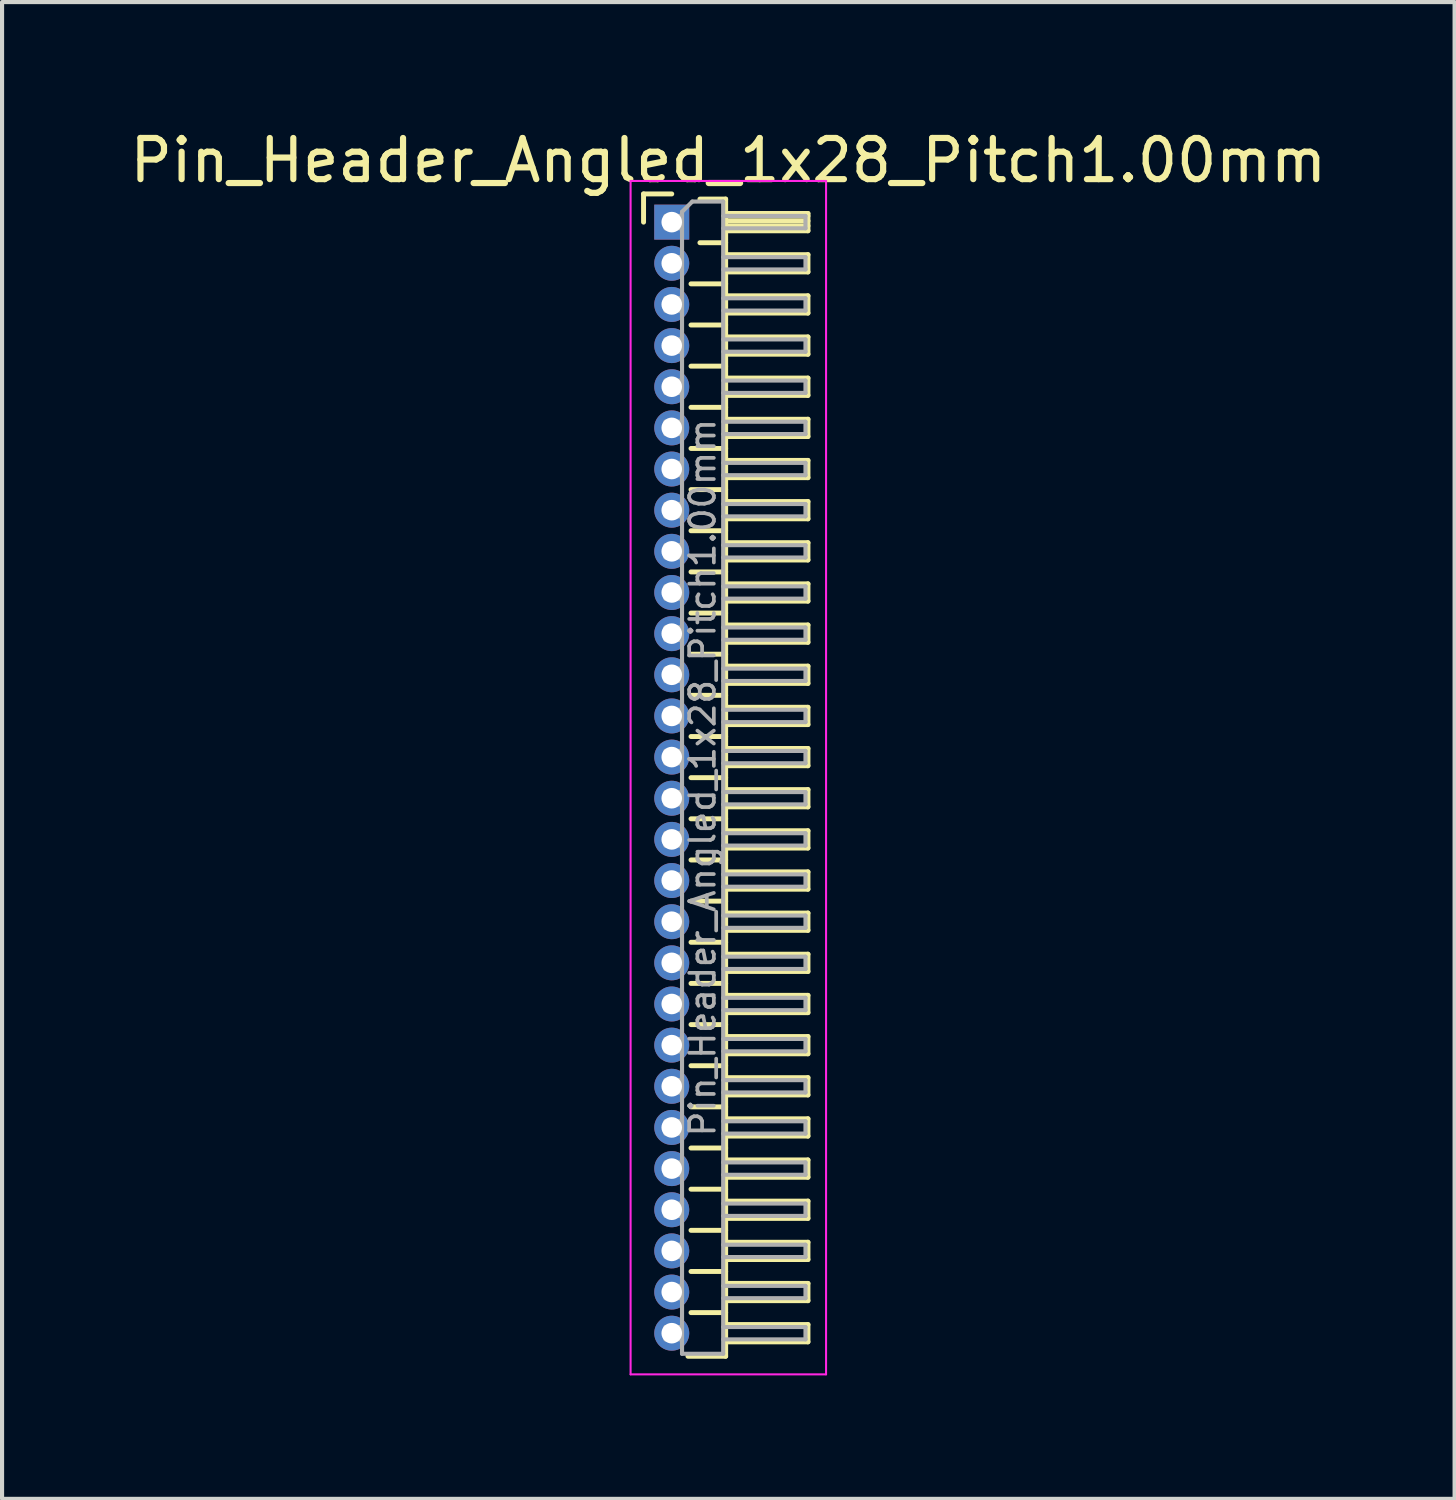
<source format=kicad_pcb>
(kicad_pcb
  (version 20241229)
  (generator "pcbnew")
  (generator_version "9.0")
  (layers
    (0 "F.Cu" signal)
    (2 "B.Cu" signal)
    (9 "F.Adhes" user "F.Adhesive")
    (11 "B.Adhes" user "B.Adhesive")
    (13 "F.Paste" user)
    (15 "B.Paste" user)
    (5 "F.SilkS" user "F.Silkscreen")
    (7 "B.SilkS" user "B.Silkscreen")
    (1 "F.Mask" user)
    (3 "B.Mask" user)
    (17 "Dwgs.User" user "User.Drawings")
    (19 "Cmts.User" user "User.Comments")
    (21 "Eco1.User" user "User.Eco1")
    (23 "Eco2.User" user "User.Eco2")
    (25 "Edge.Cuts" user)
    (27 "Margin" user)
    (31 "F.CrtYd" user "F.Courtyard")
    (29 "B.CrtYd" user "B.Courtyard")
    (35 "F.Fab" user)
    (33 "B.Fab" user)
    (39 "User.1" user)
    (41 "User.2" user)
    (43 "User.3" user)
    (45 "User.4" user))
  (footprint "Pin_Header_Angled_1x28_Pitch1.00mm"
    (layer "F.Cu")
    (at 13.274 2.348)
    (property "Reference" "Pin_Header_Angled_1x28_Pitch1.00mm" (at 1.375 -1.5 0) (layer "F.SilkS") (effects (font (size 1 1) (thickness 0.15))))
    (attr through_hole)
    (fp_line (start -0.685 -0.685) (end 0 -0.685) (stroke (width 0.12) (type solid)) (layer "F.SilkS"))
    (fp_line (start -0.685 0) (end -0.685 -0.685) (stroke (width 0.12) (type solid)) (layer "F.SilkS"))
    (fp_line (start 0.468 1.5) (end 1.31 1.5) (stroke (width 0.12) (type solid)) (layer "F.SilkS"))
    (fp_line (start 0.468 2.5) (end 1.31 2.5) (stroke (width 0.12) (type solid)) (layer "F.SilkS"))
    (fp_line (start 0.468 3.5) (end 1.31 3.5) (stroke (width 0.12) (type solid)) (layer "F.SilkS"))
    (fp_line (start 0.468 4.5) (end 1.31 4.5) (stroke (width 0.12) (type solid)) (layer "F.SilkS"))
    (fp_line (start 0.468 5.5) (end 1.31 5.5) (stroke (width 0.12) (type solid)) (layer "F.SilkS"))
    (fp_line (start 0.468 6.5) (end 1.31 6.5) (stroke (width 0.12) (type solid)) (layer "F.SilkS"))
    (fp_line (start 0.468 7.5) (end 1.31 7.5) (stroke (width 0.12) (type solid)) (layer "F.SilkS"))
    (fp_line (start 0.468 8.5) (end 1.31 8.5) (stroke (width 0.12) (type solid)) (layer "F.SilkS"))
    (fp_line (start 0.468 9.5) (end 1.31 9.5) (stroke (width 0.12) (type solid)) (layer "F.SilkS"))
    (fp_line (start 0.468 10.5) (end 1.31 10.5) (stroke (width 0.12) (type solid)) (layer "F.SilkS"))
    (fp_line (start 0.468 11.5) (end 1.31 11.5) (stroke (width 0.12) (type solid)) (layer "F.SilkS"))
    (fp_line (start 0.468 12.5) (end 1.31 12.5) (stroke (width 0.12) (type solid)) (layer "F.SilkS"))
    (fp_line (start 0.468 13.5) (end 1.31 13.5) (stroke (width 0.12) (type solid)) (layer "F.SilkS"))
    (fp_line (start 0.468 14.5) (end 1.31 14.5) (stroke (width 0.12) (type solid)) (layer "F.SilkS"))
    (fp_line (start 0.468 15.5) (end 1.31 15.5) (stroke (width 0.12) (type solid)) (layer "F.SilkS"))
    (fp_line (start 0.468 16.5) (end 1.31 16.5) (stroke (width 0.12) (type solid)) (layer "F.SilkS"))
    (fp_line (start 0.468 17.5) (end 1.31 17.5) (stroke (width 0.12) (type solid)) (layer "F.SilkS"))
    (fp_line (start 0.468 18.5) (end 1.31 18.5) (stroke (width 0.12) (type solid)) (layer "F.SilkS"))
    (fp_line (start 0.468 19.5) (end 1.31 19.5) (stroke (width 0.12) (type solid)) (layer "F.SilkS"))
    (fp_line (start 0.468 20.5) (end 1.31 20.5) (stroke (width 0.12) (type solid)) (layer "F.SilkS"))
    (fp_line (start 0.468 21.5) (end 1.31 21.5) (stroke (width 0.12) (type solid)) (layer "F.SilkS"))
    (fp_line (start 0.468 22.5) (end 1.31 22.5) (stroke (width 0.12) (type solid)) (layer "F.SilkS"))
    (fp_line (start 0.468 23.5) (end 1.31 23.5) (stroke (width 0.12) (type solid)) (layer "F.SilkS"))
    (fp_line (start 0.468 24.5) (end 1.31 24.5) (stroke (width 0.12) (type solid)) (layer "F.SilkS"))
    (fp_line (start 0.468 25.5) (end 1.31 25.5) (stroke (width 0.12) (type solid)) (layer "F.SilkS"))
    (fp_line (start 0.468 26.5) (end 1.31 26.5) (stroke (width 0.12) (type solid)) (layer "F.SilkS"))
    (fp_line (start 0.685 -0.56) (end 1.31 -0.56) (stroke (width 0.12) (type solid)) (layer "F.SilkS"))
    (fp_line (start 0.685 0.5) (end 1.31 0.5) (stroke (width 0.12) (type solid)) (layer "F.SilkS"))
    (fp_line (start 1.31 -0.56) (end 1.31 27.56) (stroke (width 0.12) (type solid)) (layer "F.SilkS"))
    (fp_line (start 1.31 -0.21) (end 3.31 -0.21) (stroke (width 0.12) (type solid)) (layer "F.SilkS"))
    (fp_line (start 1.31 -0.15) (end 3.31 -0.15) (stroke (width 0.12) (type solid)) (layer "F.SilkS"))
    (fp_line (start 1.31 -0.03) (end 3.31 -0.03) (stroke (width 0.12) (type solid)) (layer "F.SilkS"))
    (fp_line (start 1.31 0.09) (end 3.31 0.09) (stroke (width 0.12) (type solid)) (layer "F.SilkS"))
    (fp_line (start 1.31 0.79) (end 3.31 0.79) (stroke (width 0.12) (type solid)) (layer "F.SilkS"))
    (fp_line (start 1.31 1.79) (end 3.31 1.79) (stroke (width 0.12) (type solid)) (layer "F.SilkS"))
    (fp_line (start 1.31 2.79) (end 3.31 2.79) (stroke (width 0.12) (type solid)) (layer "F.SilkS"))
    (fp_line (start 1.31 3.79) (end 3.31 3.79) (stroke (width 0.12) (type solid)) (layer "F.SilkS"))
    (fp_line (start 1.31 4.79) (end 3.31 4.79) (stroke (width 0.12) (type solid)) (layer "F.SilkS"))
    (fp_line (start 1.31 5.79) (end 3.31 5.79) (stroke (width 0.12) (type solid)) (layer "F.SilkS"))
    (fp_line (start 1.31 6.79) (end 3.31 6.79) (stroke (width 0.12) (type solid)) (layer "F.SilkS"))
    (fp_line (start 1.31 7.79) (end 3.31 7.79) (stroke (width 0.12) (type solid)) (layer "F.SilkS"))
    (fp_line (start 1.31 8.79) (end 3.31 8.79) (stroke (width 0.12) (type solid)) (layer "F.SilkS"))
    (fp_line (start 1.31 9.79) (end 3.31 9.79) (stroke (width 0.12) (type solid)) (layer "F.SilkS"))
    (fp_line (start 1.31 10.79) (end 3.31 10.79) (stroke (width 0.12) (type solid)) (layer "F.SilkS"))
    (fp_line (start 1.31 11.79) (end 3.31 11.79) (stroke (width 0.12) (type solid)) (layer "F.SilkS"))
    (fp_line (start 1.31 12.79) (end 3.31 12.79) (stroke (width 0.12) (type solid)) (layer "F.SilkS"))
    (fp_line (start 1.31 13.79) (end 3.31 13.79) (stroke (width 0.12) (type solid)) (layer "F.SilkS"))
    (fp_line (start 1.31 14.79) (end 3.31 14.79) (stroke (width 0.12) (type solid)) (layer "F.SilkS"))
    (fp_line (start 1.31 15.79) (end 3.31 15.79) (stroke (width 0.12) (type solid)) (layer "F.SilkS"))
    (fp_line (start 1.31 16.79) (end 3.31 16.79) (stroke (width 0.12) (type solid)) (layer "F.SilkS"))
    (fp_line (start 1.31 17.79) (end 3.31 17.79) (stroke (width 0.12) (type solid)) (layer "F.SilkS"))
    (fp_line (start 1.31 18.79) (end 3.31 18.79) (stroke (width 0.12) (type solid)) (layer "F.SilkS"))
    (fp_line (start 1.31 19.79) (end 3.31 19.79) (stroke (width 0.12) (type solid)) (layer "F.SilkS"))
    (fp_line (start 1.31 20.79) (end 3.31 20.79) (stroke (width 0.12) (type solid)) (layer "F.SilkS"))
    (fp_line (start 1.31 21.79) (end 3.31 21.79) (stroke (width 0.12) (type solid)) (layer "F.SilkS"))
    (fp_line (start 1.31 22.79) (end 3.31 22.79) (stroke (width 0.12) (type solid)) (layer "F.SilkS"))
    (fp_line (start 1.31 23.79) (end 3.31 23.79) (stroke (width 0.12) (type solid)) (layer "F.SilkS"))
    (fp_line (start 1.31 24.79) (end 3.31 24.79) (stroke (width 0.12) (type solid)) (layer "F.SilkS"))
    (fp_line (start 1.31 25.79) (end 3.31 25.79) (stroke (width 0.12) (type solid)) (layer "F.SilkS"))
    (fp_line (start 1.31 26.79) (end 3.31 26.79) (stroke (width 0.12) (type solid)) (layer "F.SilkS"))
    (fp_line (start 1.31 27.56) (end 0.394 27.56) (stroke (width 0.12) (type solid)) (layer "F.SilkS"))
    (fp_line (start 3.31 -0.21) (end 3.31 0.21) (stroke (width 0.12) (type solid)) (layer "F.SilkS"))
    (fp_line (start 3.31 0.21) (end 1.31 0.21) (stroke (width 0.12) (type solid)) (layer "F.SilkS"))
    (fp_line (start 3.31 0.79) (end 3.31 1.21) (stroke (width 0.12) (type solid)) (layer "F.SilkS"))
    (fp_line (start 3.31 1.21) (end 1.31 1.21) (stroke (width 0.12) (type solid)) (layer "F.SilkS"))
    (fp_line (start 3.31 1.79) (end 3.31 2.21) (stroke (width 0.12) (type solid)) (layer "F.SilkS"))
    (fp_line (start 3.31 2.21) (end 1.31 2.21) (stroke (width 0.12) (type solid)) (layer "F.SilkS"))
    (fp_line (start 3.31 2.79) (end 3.31 3.21) (stroke (width 0.12) (type solid)) (layer "F.SilkS"))
    (fp_line (start 3.31 3.21) (end 1.31 3.21) (stroke (width 0.12) (type solid)) (layer "F.SilkS"))
    (fp_line (start 3.31 3.79) (end 3.31 4.21) (stroke (width 0.12) (type solid)) (layer "F.SilkS"))
    (fp_line (start 3.31 4.21) (end 1.31 4.21) (stroke (width 0.12) (type solid)) (layer "F.SilkS"))
    (fp_line (start 3.31 4.79) (end 3.31 5.21) (stroke (width 0.12) (type solid)) (layer "F.SilkS"))
    (fp_line (start 3.31 5.21) (end 1.31 5.21) (stroke (width 0.12) (type solid)) (layer "F.SilkS"))
    (fp_line (start 3.31 5.79) (end 3.31 6.21) (stroke (width 0.12) (type solid)) (layer "F.SilkS"))
    (fp_line (start 3.31 6.21) (end 1.31 6.21) (stroke (width 0.12) (type solid)) (layer "F.SilkS"))
    (fp_line (start 3.31 6.79) (end 3.31 7.21) (stroke (width 0.12) (type solid)) (layer "F.SilkS"))
    (fp_line (start 3.31 7.21) (end 1.31 7.21) (stroke (width 0.12) (type solid)) (layer "F.SilkS"))
    (fp_line (start 3.31 7.79) (end 3.31 8.21) (stroke (width 0.12) (type solid)) (layer "F.SilkS"))
    (fp_line (start 3.31 8.21) (end 1.31 8.21) (stroke (width 0.12) (type solid)) (layer "F.SilkS"))
    (fp_line (start 3.31 8.79) (end 3.31 9.21) (stroke (width 0.12) (type solid)) (layer "F.SilkS"))
    (fp_line (start 3.31 9.21) (end 1.31 9.21) (stroke (width 0.12) (type solid)) (layer "F.SilkS"))
    (fp_line (start 3.31 9.79) (end 3.31 10.21) (stroke (width 0.12) (type solid)) (layer "F.SilkS"))
    (fp_line (start 3.31 10.21) (end 1.31 10.21) (stroke (width 0.12) (type solid)) (layer "F.SilkS"))
    (fp_line (start 3.31 10.79) (end 3.31 11.21) (stroke (width 0.12) (type solid)) (layer "F.SilkS"))
    (fp_line (start 3.31 11.21) (end 1.31 11.21) (stroke (width 0.12) (type solid)) (layer "F.SilkS"))
    (fp_line (start 3.31 11.79) (end 3.31 12.21) (stroke (width 0.12) (type solid)) (layer "F.SilkS"))
    (fp_line (start 3.31 12.21) (end 1.31 12.21) (stroke (width 0.12) (type solid)) (layer "F.SilkS"))
    (fp_line (start 3.31 12.79) (end 3.31 13.21) (stroke (width 0.12) (type solid)) (layer "F.SilkS"))
    (fp_line (start 3.31 13.21) (end 1.31 13.21) (stroke (width 0.12) (type solid)) (layer "F.SilkS"))
    (fp_line (start 3.31 13.79) (end 3.31 14.21) (stroke (width 0.12) (type solid)) (layer "F.SilkS"))
    (fp_line (start 3.31 14.21) (end 1.31 14.21) (stroke (width 0.12) (type solid)) (layer "F.SilkS"))
    (fp_line (start 3.31 14.79) (end 3.31 15.21) (stroke (width 0.12) (type solid)) (layer "F.SilkS"))
    (fp_line (start 3.31 15.21) (end 1.31 15.21) (stroke (width 0.12) (type solid)) (layer "F.SilkS"))
    (fp_line (start 3.31 15.79) (end 3.31 16.21) (stroke (width 0.12) (type solid)) (layer "F.SilkS"))
    (fp_line (start 3.31 16.21) (end 1.31 16.21) (stroke (width 0.12) (type solid)) (layer "F.SilkS"))
    (fp_line (start 3.31 16.79) (end 3.31 17.21) (stroke (width 0.12) (type solid)) (layer "F.SilkS"))
    (fp_line (start 3.31 17.21) (end 1.31 17.21) (stroke (width 0.12) (type solid)) (layer "F.SilkS"))
    (fp_line (start 3.31 17.79) (end 3.31 18.21) (stroke (width 0.12) (type solid)) (layer "F.SilkS"))
    (fp_line (start 3.31 18.21) (end 1.31 18.21) (stroke (width 0.12) (type solid)) (layer "F.SilkS"))
    (fp_line (start 3.31 18.79) (end 3.31 19.21) (stroke (width 0.12) (type solid)) (layer "F.SilkS"))
    (fp_line (start 3.31 19.21) (end 1.31 19.21) (stroke (width 0.12) (type solid)) (layer "F.SilkS"))
    (fp_line (start 3.31 19.79) (end 3.31 20.21) (stroke (width 0.12) (type solid)) (layer "F.SilkS"))
    (fp_line (start 3.31 20.21) (end 1.31 20.21) (stroke (width 0.12) (type solid)) (layer "F.SilkS"))
    (fp_line (start 3.31 20.79) (end 3.31 21.21) (stroke (width 0.12) (type solid)) (layer "F.SilkS"))
    (fp_line (start 3.31 21.21) (end 1.31 21.21) (stroke (width 0.12) (type solid)) (layer "F.SilkS"))
    (fp_line (start 3.31 21.79) (end 3.31 22.21) (stroke (width 0.12) (type solid)) (layer "F.SilkS"))
    (fp_line (start 3.31 22.21) (end 1.31 22.21) (stroke (width 0.12) (type solid)) (layer "F.SilkS"))
    (fp_line (start 3.31 22.79) (end 3.31 23.21) (stroke (width 0.12) (type solid)) (layer "F.SilkS"))
    (fp_line (start 3.31 23.21) (end 1.31 23.21) (stroke (width 0.12) (type solid)) (layer "F.SilkS"))
    (fp_line (start 3.31 23.79) (end 3.31 24.21) (stroke (width 0.12) (type solid)) (layer "F.SilkS"))
    (fp_line (start 3.31 24.21) (end 1.31 24.21) (stroke (width 0.12) (type solid)) (layer "F.SilkS"))
    (fp_line (start 3.31 24.79) (end 3.31 25.21) (stroke (width 0.12) (type solid)) (layer "F.SilkS"))
    (fp_line (start 3.31 25.21) (end 1.31 25.21) (stroke (width 0.12) (type solid)) (layer "F.SilkS"))
    (fp_line (start 3.31 25.79) (end 3.31 26.21) (stroke (width 0.12) (type solid)) (layer "F.SilkS"))
    (fp_line (start 3.31 26.21) (end 1.31 26.21) (stroke (width 0.12) (type solid)) (layer "F.SilkS"))
    (fp_line (start 3.31 26.79) (end 3.31 27.21) (stroke (width 0.12) (type solid)) (layer "F.SilkS"))
    (fp_line (start 3.31 27.21) (end 1.31 27.21) (stroke (width 0.12) (type solid)) (layer "F.SilkS"))
    (fp_line (start -1 -1) (end -1 28) (stroke (width 0.05) (type solid)) (layer "F.CrtYd"))
    (fp_line (start -1 28) (end 3.75 28) (stroke (width 0.05) (type solid)) (layer "F.CrtYd"))
    (fp_line (start 3.75 -1) (end -1 -1) (stroke (width 0.05) (type solid)) (layer "F.CrtYd"))
    (fp_line (start 3.75 28) (end 3.75 -1) (stroke (width 0.05) (type solid)) (layer "F.CrtYd"))
    (fp_line (start -0.15 -0.15) (end -0.15 0.15) (stroke (width 0.1) (type solid)) (layer "F.Fab"))
    (fp_line (start -0.15 -0.15) (end 0.25 -0.15) (stroke (width 0.1) (type solid)) (layer "F.Fab"))
    (fp_line (start -0.15 0.15) (end 0.25 0.15) (stroke (width 0.1) (type solid)) (layer "F.Fab"))
    (fp_line (start -0.15 0.85) (end -0.15 1.15) (stroke (width 0.1) (type solid)) (layer "F.Fab"))
    (fp_line (start -0.15 0.85) (end 0.25 0.85) (stroke (width 0.1) (type solid)) (layer "F.Fab"))
    (fp_line (start -0.15 1.15) (end 0.25 1.15) (stroke (width 0.1) (type solid)) (layer "F.Fab"))
    (fp_line (start -0.15 1.85) (end -0.15 2.15) (stroke (width 0.1) (type solid)) (layer "F.Fab"))
    (fp_line (start -0.15 1.85) (end 0.25 1.85) (stroke (width 0.1) (type solid)) (layer "F.Fab"))
    (fp_line (start -0.15 2.15) (end 0.25 2.15) (stroke (width 0.1) (type solid)) (layer "F.Fab"))
    (fp_line (start -0.15 2.85) (end -0.15 3.15) (stroke (width 0.1) (type solid)) (layer "F.Fab"))
    (fp_line (start -0.15 2.85) (end 0.25 2.85) (stroke (width 0.1) (type solid)) (layer "F.Fab"))
    (fp_line (start -0.15 3.15) (end 0.25 3.15) (stroke (width 0.1) (type solid)) (layer "F.Fab"))
    (fp_line (start -0.15 3.85) (end -0.15 4.15) (stroke (width 0.1) (type solid)) (layer "F.Fab"))
    (fp_line (start -0.15 3.85) (end 0.25 3.85) (stroke (width 0.1) (type solid)) (layer "F.Fab"))
    (fp_line (start -0.15 4.15) (end 0.25 4.15) (stroke (width 0.1) (type solid)) (layer "F.Fab"))
    (fp_line (start -0.15 4.85) (end -0.15 5.15) (stroke (width 0.1) (type solid)) (layer "F.Fab"))
    (fp_line (start -0.15 4.85) (end 0.25 4.85) (stroke (width 0.1) (type solid)) (layer "F.Fab"))
    (fp_line (start -0.15 5.15) (end 0.25 5.15) (stroke (width 0.1) (type solid)) (layer "F.Fab"))
    (fp_line (start -0.15 5.85) (end -0.15 6.15) (stroke (width 0.1) (type solid)) (layer "F.Fab"))
    (fp_line (start -0.15 5.85) (end 0.25 5.85) (stroke (width 0.1) (type solid)) (layer "F.Fab"))
    (fp_line (start -0.15 6.15) (end 0.25 6.15) (stroke (width 0.1) (type solid)) (layer "F.Fab"))
    (fp_line (start -0.15 6.85) (end -0.15 7.15) (stroke (width 0.1) (type solid)) (layer "F.Fab"))
    (fp_line (start -0.15 6.85) (end 0.25 6.85) (stroke (width 0.1) (type solid)) (layer "F.Fab"))
    (fp_line (start -0.15 7.15) (end 0.25 7.15) (stroke (width 0.1) (type solid)) (layer "F.Fab"))
    (fp_line (start -0.15 7.85) (end -0.15 8.15) (stroke (width 0.1) (type solid)) (layer "F.Fab"))
    (fp_line (start -0.15 7.85) (end 0.25 7.85) (stroke (width 0.1) (type solid)) (layer "F.Fab"))
    (fp_line (start -0.15 8.15) (end 0.25 8.15) (stroke (width 0.1) (type solid)) (layer "F.Fab"))
    (fp_line (start -0.15 8.85) (end -0.15 9.15) (stroke (width 0.1) (type solid)) (layer "F.Fab"))
    (fp_line (start -0.15 8.85) (end 0.25 8.85) (stroke (width 0.1) (type solid)) (layer "F.Fab"))
    (fp_line (start -0.15 9.15) (end 0.25 9.15) (stroke (width 0.1) (type solid)) (layer "F.Fab"))
    (fp_line (start -0.15 9.85) (end -0.15 10.15) (stroke (width 0.1) (type solid)) (layer "F.Fab"))
    (fp_line (start -0.15 9.85) (end 0.25 9.85) (stroke (width 0.1) (type solid)) (layer "F.Fab"))
    (fp_line (start -0.15 10.15) (end 0.25 10.15) (stroke (width 0.1) (type solid)) (layer "F.Fab"))
    (fp_line (start -0.15 10.85) (end -0.15 11.15) (stroke (width 0.1) (type solid)) (layer "F.Fab"))
    (fp_line (start -0.15 10.85) (end 0.25 10.85) (stroke (width 0.1) (type solid)) (layer "F.Fab"))
    (fp_line (start -0.15 11.15) (end 0.25 11.15) (stroke (width 0.1) (type solid)) (layer "F.Fab"))
    (fp_line (start -0.15 11.85) (end -0.15 12.15) (stroke (width 0.1) (type solid)) (layer "F.Fab"))
    (fp_line (start -0.15 11.85) (end 0.25 11.85) (stroke (width 0.1) (type solid)) (layer "F.Fab"))
    (fp_line (start -0.15 12.15) (end 0.25 12.15) (stroke (width 0.1) (type solid)) (layer "F.Fab"))
    (fp_line (start -0.15 12.85) (end -0.15 13.15) (stroke (width 0.1) (type solid)) (layer "F.Fab"))
    (fp_line (start -0.15 12.85) (end 0.25 12.85) (stroke (width 0.1) (type solid)) (layer "F.Fab"))
    (fp_line (start -0.15 13.15) (end 0.25 13.15) (stroke (width 0.1) (type solid)) (layer "F.Fab"))
    (fp_line (start -0.15 13.85) (end -0.15 14.15) (stroke (width 0.1) (type solid)) (layer "F.Fab"))
    (fp_line (start -0.15 13.85) (end 0.25 13.85) (stroke (width 0.1) (type solid)) (layer "F.Fab"))
    (fp_line (start -0.15 14.15) (end 0.25 14.15) (stroke (width 0.1) (type solid)) (layer "F.Fab"))
    (fp_line (start -0.15 14.85) (end -0.15 15.15) (stroke (width 0.1) (type solid)) (layer "F.Fab"))
    (fp_line (start -0.15 14.85) (end 0.25 14.85) (stroke (width 0.1) (type solid)) (layer "F.Fab"))
    (fp_line (start -0.15 15.15) (end 0.25 15.15) (stroke (width 0.1) (type solid)) (layer "F.Fab"))
    (fp_line (start -0.15 15.85) (end -0.15 16.15) (stroke (width 0.1) (type solid)) (layer "F.Fab"))
    (fp_line (start -0.15 15.85) (end 0.25 15.85) (stroke (width 0.1) (type solid)) (layer "F.Fab"))
    (fp_line (start -0.15 16.15) (end 0.25 16.15) (stroke (width 0.1) (type solid)) (layer "F.Fab"))
    (fp_line (start -0.15 16.85) (end -0.15 17.15) (stroke (width 0.1) (type solid)) (layer "F.Fab"))
    (fp_line (start -0.15 16.85) (end 0.25 16.85) (stroke (width 0.1) (type solid)) (layer "F.Fab"))
    (fp_line (start -0.15 17.15) (end 0.25 17.15) (stroke (width 0.1) (type solid)) (layer "F.Fab"))
    (fp_line (start -0.15 17.85) (end -0.15 18.15) (stroke (width 0.1) (type solid)) (layer "F.Fab"))
    (fp_line (start -0.15 17.85) (end 0.25 17.85) (stroke (width 0.1) (type solid)) (layer "F.Fab"))
    (fp_line (start -0.15 18.15) (end 0.25 18.15) (stroke (width 0.1) (type solid)) (layer "F.Fab"))
    (fp_line (start -0.15 18.85) (end -0.15 19.15) (stroke (width 0.1) (type solid)) (layer "F.Fab"))
    (fp_line (start -0.15 18.85) (end 0.25 18.85) (stroke (width 0.1) (type solid)) (layer "F.Fab"))
    (fp_line (start -0.15 19.15) (end 0.25 19.15) (stroke (width 0.1) (type solid)) (layer "F.Fab"))
    (fp_line (start -0.15 19.85) (end -0.15 20.15) (stroke (width 0.1) (type solid)) (layer "F.Fab"))
    (fp_line (start -0.15 19.85) (end 0.25 19.85) (stroke (width 0.1) (type solid)) (layer "F.Fab"))
    (fp_line (start -0.15 20.15) (end 0.25 20.15) (stroke (width 0.1) (type solid)) (layer "F.Fab"))
    (fp_line (start -0.15 20.85) (end -0.15 21.15) (stroke (width 0.1) (type solid)) (layer "F.Fab"))
    (fp_line (start -0.15 20.85) (end 0.25 20.85) (stroke (width 0.1) (type solid)) (layer "F.Fab"))
    (fp_line (start -0.15 21.15) (end 0.25 21.15) (stroke (width 0.1) (type solid)) (layer "F.Fab"))
    (fp_line (start -0.15 21.85) (end -0.15 22.15) (stroke (width 0.1) (type solid)) (layer "F.Fab"))
    (fp_line (start -0.15 21.85) (end 0.25 21.85) (stroke (width 0.1) (type solid)) (layer "F.Fab"))
    (fp_line (start -0.15 22.15) (end 0.25 22.15) (stroke (width 0.1) (type solid)) (layer "F.Fab"))
    (fp_line (start -0.15 22.85) (end -0.15 23.15) (stroke (width 0.1) (type solid)) (layer "F.Fab"))
    (fp_line (start -0.15 22.85) (end 0.25 22.85) (stroke (width 0.1) (type solid)) (layer "F.Fab"))
    (fp_line (start -0.15 23.15) (end 0.25 23.15) (stroke (width 0.1) (type solid)) (layer "F.Fab"))
    (fp_line (start -0.15 23.85) (end -0.15 24.15) (stroke (width 0.1) (type solid)) (layer "F.Fab"))
    (fp_line (start -0.15 23.85) (end 0.25 23.85) (stroke (width 0.1) (type solid)) (layer "F.Fab"))
    (fp_line (start -0.15 24.15) (end 0.25 24.15) (stroke (width 0.1) (type solid)) (layer "F.Fab"))
    (fp_line (start -0.15 24.85) (end -0.15 25.15) (stroke (width 0.1) (type solid)) (layer "F.Fab"))
    (fp_line (start -0.15 24.85) (end 0.25 24.85) (stroke (width 0.1) (type solid)) (layer "F.Fab"))
    (fp_line (start -0.15 25.15) (end 0.25 25.15) (stroke (width 0.1) (type solid)) (layer "F.Fab"))
    (fp_line (start -0.15 25.85) (end -0.15 26.15) (stroke (width 0.1) (type solid)) (layer "F.Fab"))
    (fp_line (start -0.15 25.85) (end 0.25 25.85) (stroke (width 0.1) (type solid)) (layer "F.Fab"))
    (fp_line (start -0.15 26.15) (end 0.25 26.15) (stroke (width 0.1) (type solid)) (layer "F.Fab"))
    (fp_line (start -0.15 26.85) (end -0.15 27.15) (stroke (width 0.1) (type solid)) (layer "F.Fab"))
    (fp_line (start -0.15 26.85) (end 0.25 26.85) (stroke (width 0.1) (type solid)) (layer "F.Fab"))
    (fp_line (start -0.15 27.15) (end 0.25 27.15) (stroke (width 0.1) (type solid)) (layer "F.Fab"))
    (fp_line (start 0.25 -0.25) (end 0.5 -0.5) (stroke (width 0.1) (type solid)) (layer "F.Fab"))
    (fp_line (start 0.25 27.5) (end 0.25 -0.25) (stroke (width 0.1) (type solid)) (layer "F.Fab"))
    (fp_line (start 0.5 -0.5) (end 1.25 -0.5) (stroke (width 0.1) (type solid)) (layer "F.Fab"))
    (fp_line (start 1.25 -0.5) (end 1.25 27.5) (stroke (width 0.1) (type solid)) (layer "F.Fab"))
    (fp_line (start 1.25 -0.15) (end 3.25 -0.15) (stroke (width 0.1) (type solid)) (layer "F.Fab"))
    (fp_line (start 1.25 0.15) (end 3.25 0.15) (stroke (width 0.1) (type solid)) (layer "F.Fab"))
    (fp_line (start 1.25 0.85) (end 3.25 0.85) (stroke (width 0.1) (type solid)) (layer "F.Fab"))
    (fp_line (start 1.25 1.15) (end 3.25 1.15) (stroke (width 0.1) (type solid)) (layer "F.Fab"))
    (fp_line (start 1.25 1.85) (end 3.25 1.85) (stroke (width 0.1) (type solid)) (layer "F.Fab"))
    (fp_line (start 1.25 2.15) (end 3.25 2.15) (stroke (width 0.1) (type solid)) (layer "F.Fab"))
    (fp_line (start 1.25 2.85) (end 3.25 2.85) (stroke (width 0.1) (type solid)) (layer "F.Fab"))
    (fp_line (start 1.25 3.15) (end 3.25 3.15) (stroke (width 0.1) (type solid)) (layer "F.Fab"))
    (fp_line (start 1.25 3.85) (end 3.25 3.85) (stroke (width 0.1) (type solid)) (layer "F.Fab"))
    (fp_line (start 1.25 4.15) (end 3.25 4.15) (stroke (width 0.1) (type solid)) (layer "F.Fab"))
    (fp_line (start 1.25 4.85) (end 3.25 4.85) (stroke (width 0.1) (type solid)) (layer "F.Fab"))
    (fp_line (start 1.25 5.15) (end 3.25 5.15) (stroke (width 0.1) (type solid)) (layer "F.Fab"))
    (fp_line (start 1.25 5.85) (end 3.25 5.85) (stroke (width 0.1) (type solid)) (layer "F.Fab"))
    (fp_line (start 1.25 6.15) (end 3.25 6.15) (stroke (width 0.1) (type solid)) (layer "F.Fab"))
    (fp_line (start 1.25 6.85) (end 3.25 6.85) (stroke (width 0.1) (type solid)) (layer "F.Fab"))
    (fp_line (start 1.25 7.15) (end 3.25 7.15) (stroke (width 0.1) (type solid)) (layer "F.Fab"))
    (fp_line (start 1.25 7.85) (end 3.25 7.85) (stroke (width 0.1) (type solid)) (layer "F.Fab"))
    (fp_line (start 1.25 8.15) (end 3.25 8.15) (stroke (width 0.1) (type solid)) (layer "F.Fab"))
    (fp_line (start 1.25 8.85) (end 3.25 8.85) (stroke (width 0.1) (type solid)) (layer "F.Fab"))
    (fp_line (start 1.25 9.15) (end 3.25 9.15) (stroke (width 0.1) (type solid)) (layer "F.Fab"))
    (fp_line (start 1.25 9.85) (end 3.25 9.85) (stroke (width 0.1) (type solid)) (layer "F.Fab"))
    (fp_line (start 1.25 10.15) (end 3.25 10.15) (stroke (width 0.1) (type solid)) (layer "F.Fab"))
    (fp_line (start 1.25 10.85) (end 3.25 10.85) (stroke (width 0.1) (type solid)) (layer "F.Fab"))
    (fp_line (start 1.25 11.15) (end 3.25 11.15) (stroke (width 0.1) (type solid)) (layer "F.Fab"))
    (fp_line (start 1.25 11.85) (end 3.25 11.85) (stroke (width 0.1) (type solid)) (layer "F.Fab"))
    (fp_line (start 1.25 12.15) (end 3.25 12.15) (stroke (width 0.1) (type solid)) (layer "F.Fab"))
    (fp_line (start 1.25 12.85) (end 3.25 12.85) (stroke (width 0.1) (type solid)) (layer "F.Fab"))
    (fp_line (start 1.25 13.15) (end 3.25 13.15) (stroke (width 0.1) (type solid)) (layer "F.Fab"))
    (fp_line (start 1.25 13.85) (end 3.25 13.85) (stroke (width 0.1) (type solid)) (layer "F.Fab"))
    (fp_line (start 1.25 14.15) (end 3.25 14.15) (stroke (width 0.1) (type solid)) (layer "F.Fab"))
    (fp_line (start 1.25 14.85) (end 3.25 14.85) (stroke (width 0.1) (type solid)) (layer "F.Fab"))
    (fp_line (start 1.25 15.15) (end 3.25 15.15) (stroke (width 0.1) (type solid)) (layer "F.Fab"))
    (fp_line (start 1.25 15.85) (end 3.25 15.85) (stroke (width 0.1) (type solid)) (layer "F.Fab"))
    (fp_line (start 1.25 16.15) (end 3.25 16.15) (stroke (width 0.1) (type solid)) (layer "F.Fab"))
    (fp_line (start 1.25 16.85) (end 3.25 16.85) (stroke (width 0.1) (type solid)) (layer "F.Fab"))
    (fp_line (start 1.25 17.15) (end 3.25 17.15) (stroke (width 0.1) (type solid)) (layer "F.Fab"))
    (fp_line (start 1.25 17.85) (end 3.25 17.85) (stroke (width 0.1) (type solid)) (layer "F.Fab"))
    (fp_line (start 1.25 18.15) (end 3.25 18.15) (stroke (width 0.1) (type solid)) (layer "F.Fab"))
    (fp_line (start 1.25 18.85) (end 3.25 18.85) (stroke (width 0.1) (type solid)) (layer "F.Fab"))
    (fp_line (start 1.25 19.15) (end 3.25 19.15) (stroke (width 0.1) (type solid)) (layer "F.Fab"))
    (fp_line (start 1.25 19.85) (end 3.25 19.85) (stroke (width 0.1) (type solid)) (layer "F.Fab"))
    (fp_line (start 1.25 20.15) (end 3.25 20.15) (stroke (width 0.1) (type solid)) (layer "F.Fab"))
    (fp_line (start 1.25 20.85) (end 3.25 20.85) (stroke (width 0.1) (type solid)) (layer "F.Fab"))
    (fp_line (start 1.25 21.15) (end 3.25 21.15) (stroke (width 0.1) (type solid)) (layer "F.Fab"))
    (fp_line (start 1.25 21.85) (end 3.25 21.85) (stroke (width 0.1) (type solid)) (layer "F.Fab"))
    (fp_line (start 1.25 22.15) (end 3.25 22.15) (stroke (width 0.1) (type solid)) (layer "F.Fab"))
    (fp_line (start 1.25 22.85) (end 3.25 22.85) (stroke (width 0.1) (type solid)) (layer "F.Fab"))
    (fp_line (start 1.25 23.15) (end 3.25 23.15) (stroke (width 0.1) (type solid)) (layer "F.Fab"))
    (fp_line (start 1.25 23.85) (end 3.25 23.85) (stroke (width 0.1) (type solid)) (layer "F.Fab"))
    (fp_line (start 1.25 24.15) (end 3.25 24.15) (stroke (width 0.1) (type solid)) (layer "F.Fab"))
    (fp_line (start 1.25 24.85) (end 3.25 24.85) (stroke (width 0.1) (type solid)) (layer "F.Fab"))
    (fp_line (start 1.25 25.15) (end 3.25 25.15) (stroke (width 0.1) (type solid)) (layer "F.Fab"))
    (fp_line (start 1.25 25.85) (end 3.25 25.85) (stroke (width 0.1) (type solid)) (layer "F.Fab"))
    (fp_line (start 1.25 26.15) (end 3.25 26.15) (stroke (width 0.1) (type solid)) (layer "F.Fab"))
    (fp_line (start 1.25 26.85) (end 3.25 26.85) (stroke (width 0.1) (type solid)) (layer "F.Fab"))
    (fp_line (start 1.25 27.15) (end 3.25 27.15) (stroke (width 0.1) (type solid)) (layer "F.Fab"))
    (fp_line (start 1.25 27.5) (end 0.25 27.5) (stroke (width 0.1) (type solid)) (layer "F.Fab"))
    (fp_line (start 3.25 -0.15) (end 3.25 0.15) (stroke (width 0.1) (type solid)) (layer "F.Fab"))
    (fp_line (start 3.25 0.85) (end 3.25 1.15) (stroke (width 0.1) (type solid)) (layer "F.Fab"))
    (fp_line (start 3.25 1.85) (end 3.25 2.15) (stroke (width 0.1) (type solid)) (layer "F.Fab"))
    (fp_line (start 3.25 2.85) (end 3.25 3.15) (stroke (width 0.1) (type solid)) (layer "F.Fab"))
    (fp_line (start 3.25 3.85) (end 3.25 4.15) (stroke (width 0.1) (type solid)) (layer "F.Fab"))
    (fp_line (start 3.25 4.85) (end 3.25 5.15) (stroke (width 0.1) (type solid)) (layer "F.Fab"))
    (fp_line (start 3.25 5.85) (end 3.25 6.15) (stroke (width 0.1) (type solid)) (layer "F.Fab"))
    (fp_line (start 3.25 6.85) (end 3.25 7.15) (stroke (width 0.1) (type solid)) (layer "F.Fab"))
    (fp_line (start 3.25 7.85) (end 3.25 8.15) (stroke (width 0.1) (type solid)) (layer "F.Fab"))
    (fp_line (start 3.25 8.85) (end 3.25 9.15) (stroke (width 0.1) (type solid)) (layer "F.Fab"))
    (fp_line (start 3.25 9.85) (end 3.25 10.15) (stroke (width 0.1) (type solid)) (layer "F.Fab"))
    (fp_line (start 3.25 10.85) (end 3.25 11.15) (stroke (width 0.1) (type solid)) (layer "F.Fab"))
    (fp_line (start 3.25 11.85) (end 3.25 12.15) (stroke (width 0.1) (type solid)) (layer "F.Fab"))
    (fp_line (start 3.25 12.85) (end 3.25 13.15) (stroke (width 0.1) (type solid)) (layer "F.Fab"))
    (fp_line (start 3.25 13.85) (end 3.25 14.15) (stroke (width 0.1) (type solid)) (layer "F.Fab"))
    (fp_line (start 3.25 14.85) (end 3.25 15.15) (stroke (width 0.1) (type solid)) (layer "F.Fab"))
    (fp_line (start 3.25 15.85) (end 3.25 16.15) (stroke (width 0.1) (type solid)) (layer "F.Fab"))
    (fp_line (start 3.25 16.85) (end 3.25 17.15) (stroke (width 0.1) (type solid)) (layer "F.Fab"))
    (fp_line (start 3.25 17.85) (end 3.25 18.15) (stroke (width 0.1) (type solid)) (layer "F.Fab"))
    (fp_line (start 3.25 18.85) (end 3.25 19.15) (stroke (width 0.1) (type solid)) (layer "F.Fab"))
    (fp_line (start 3.25 19.85) (end 3.25 20.15) (stroke (width 0.1) (type solid)) (layer "F.Fab"))
    (fp_line (start 3.25 20.85) (end 3.25 21.15) (stroke (width 0.1) (type solid)) (layer "F.Fab"))
    (fp_line (start 3.25 21.85) (end 3.25 22.15) (stroke (width 0.1) (type solid)) (layer "F.Fab"))
    (fp_line (start 3.25 22.85) (end 3.25 23.15) (stroke (width 0.1) (type solid)) (layer "F.Fab"))
    (fp_line (start 3.25 23.85) (end 3.25 24.15) (stroke (width 0.1) (type solid)) (layer "F.Fab"))
    (fp_line (start 3.25 24.85) (end 3.25 25.15) (stroke (width 0.1) (type solid)) (layer "F.Fab"))
    (fp_line (start 3.25 25.85) (end 3.25 26.15) (stroke (width 0.1) (type solid)) (layer "F.Fab"))
    (fp_line (start 3.25 26.85) (end 3.25 27.15) (stroke (width 0.1) (type solid)) (layer "F.Fab"))
    (fp_text user "${REFERENCE}" (at 0.75 13.5 90) (layer "F.Fab") (effects (font (size 0.6 0.6) (thickness 0.09))))
    (pad "1" thru_hole rect (at 0 0) (size 0.85 0.85) (drill 0.5) (layers "*.Cu" "*.Mask"))
    (pad "2" thru_hole oval (at 0 1) (size 0.85 0.85) (drill 0.5) (layers "*.Cu" "*.Mask"))
    (pad "3" thru_hole oval (at 0 2) (size 0.85 0.85) (drill 0.5) (layers "*.Cu" "*.Mask"))
    (pad "4" thru_hole oval (at 0 3) (size 0.85 0.85) (drill 0.5) (layers "*.Cu" "*.Mask"))
    (pad "5" thru_hole oval (at 0 4) (size 0.85 0.85) (drill 0.5) (layers "*.Cu" "*.Mask"))
    (pad "6" thru_hole oval (at 0 5) (size 0.85 0.85) (drill 0.5) (layers "*.Cu" "*.Mask"))
    (pad "7" thru_hole oval (at 0 6) (size 0.85 0.85) (drill 0.5) (layers "*.Cu" "*.Mask"))
    (pad "8" thru_hole oval (at 0 7) (size 0.85 0.85) (drill 0.5) (layers "*.Cu" "*.Mask"))
    (pad "9" thru_hole oval (at 0 8) (size 0.85 0.85) (drill 0.5) (layers "*.Cu" "*.Mask"))
    (pad "10" thru_hole oval (at 0 9) (size 0.85 0.85) (drill 0.5) (layers "*.Cu" "*.Mask"))
    (pad "11" thru_hole oval (at 0 10) (size 0.85 0.85) (drill 0.5) (layers "*.Cu" "*.Mask"))
    (pad "12" thru_hole oval (at 0 11) (size 0.85 0.85) (drill 0.5) (layers "*.Cu" "*.Mask"))
    (pad "13" thru_hole oval (at 0 12) (size 0.85 0.85) (drill 0.5) (layers "*.Cu" "*.Mask"))
    (pad "14" thru_hole oval (at 0 13) (size 0.85 0.85) (drill 0.5) (layers "*.Cu" "*.Mask"))
    (pad "15" thru_hole oval (at 0 14) (size 0.85 0.85) (drill 0.5) (layers "*.Cu" "*.Mask"))
    (pad "16" thru_hole oval (at 0 15) (size 0.85 0.85) (drill 0.5) (layers "*.Cu" "*.Mask"))
    (pad "17" thru_hole oval (at 0 16) (size 0.85 0.85) (drill 0.5) (layers "*.Cu" "*.Mask"))
    (pad "18" thru_hole oval (at 0 17) (size 0.85 0.85) (drill 0.5) (layers "*.Cu" "*.Mask"))
    (pad "19" thru_hole oval (at 0 18) (size 0.85 0.85) (drill 0.5) (layers "*.Cu" "*.Mask"))
    (pad "20" thru_hole oval (at 0 19) (size 0.85 0.85) (drill 0.5) (layers "*.Cu" "*.Mask"))
    (pad "21" thru_hole oval (at 0 20) (size 0.85 0.85) (drill 0.5) (layers "*.Cu" "*.Mask"))
    (pad "22" thru_hole oval (at 0 21) (size 0.85 0.85) (drill 0.5) (layers "*.Cu" "*.Mask"))
    (pad "23" thru_hole oval (at 0 22) (size 0.85 0.85) (drill 0.5) (layers "*.Cu" "*.Mask"))
    (pad "24" thru_hole oval (at 0 23) (size 0.85 0.85) (drill 0.5) (layers "*.Cu" "*.Mask"))
    (pad "25" thru_hole oval (at 0 24) (size 0.85 0.85) (drill 0.5) (layers "*.Cu" "*.Mask"))
    (pad "26" thru_hole oval (at 0 25) (size 0.85 0.85) (drill 0.5) (layers "*.Cu" "*.Mask"))
    (pad "27" thru_hole oval (at 0 26) (size 0.85 0.85) (drill 0.5) (layers "*.Cu" "*.Mask"))
    (pad "28" thru_hole oval (at 0 27) (size 0.85 0.85) (drill 0.5) (layers "*.Cu" "*.Mask")))
  (gr_rect
    (start -3 -3)
    (end 32.298 33.373)
    (stroke (width 0.1) (type default))
    (fill no)
    (layer "Edge.Cuts")))
</source>
